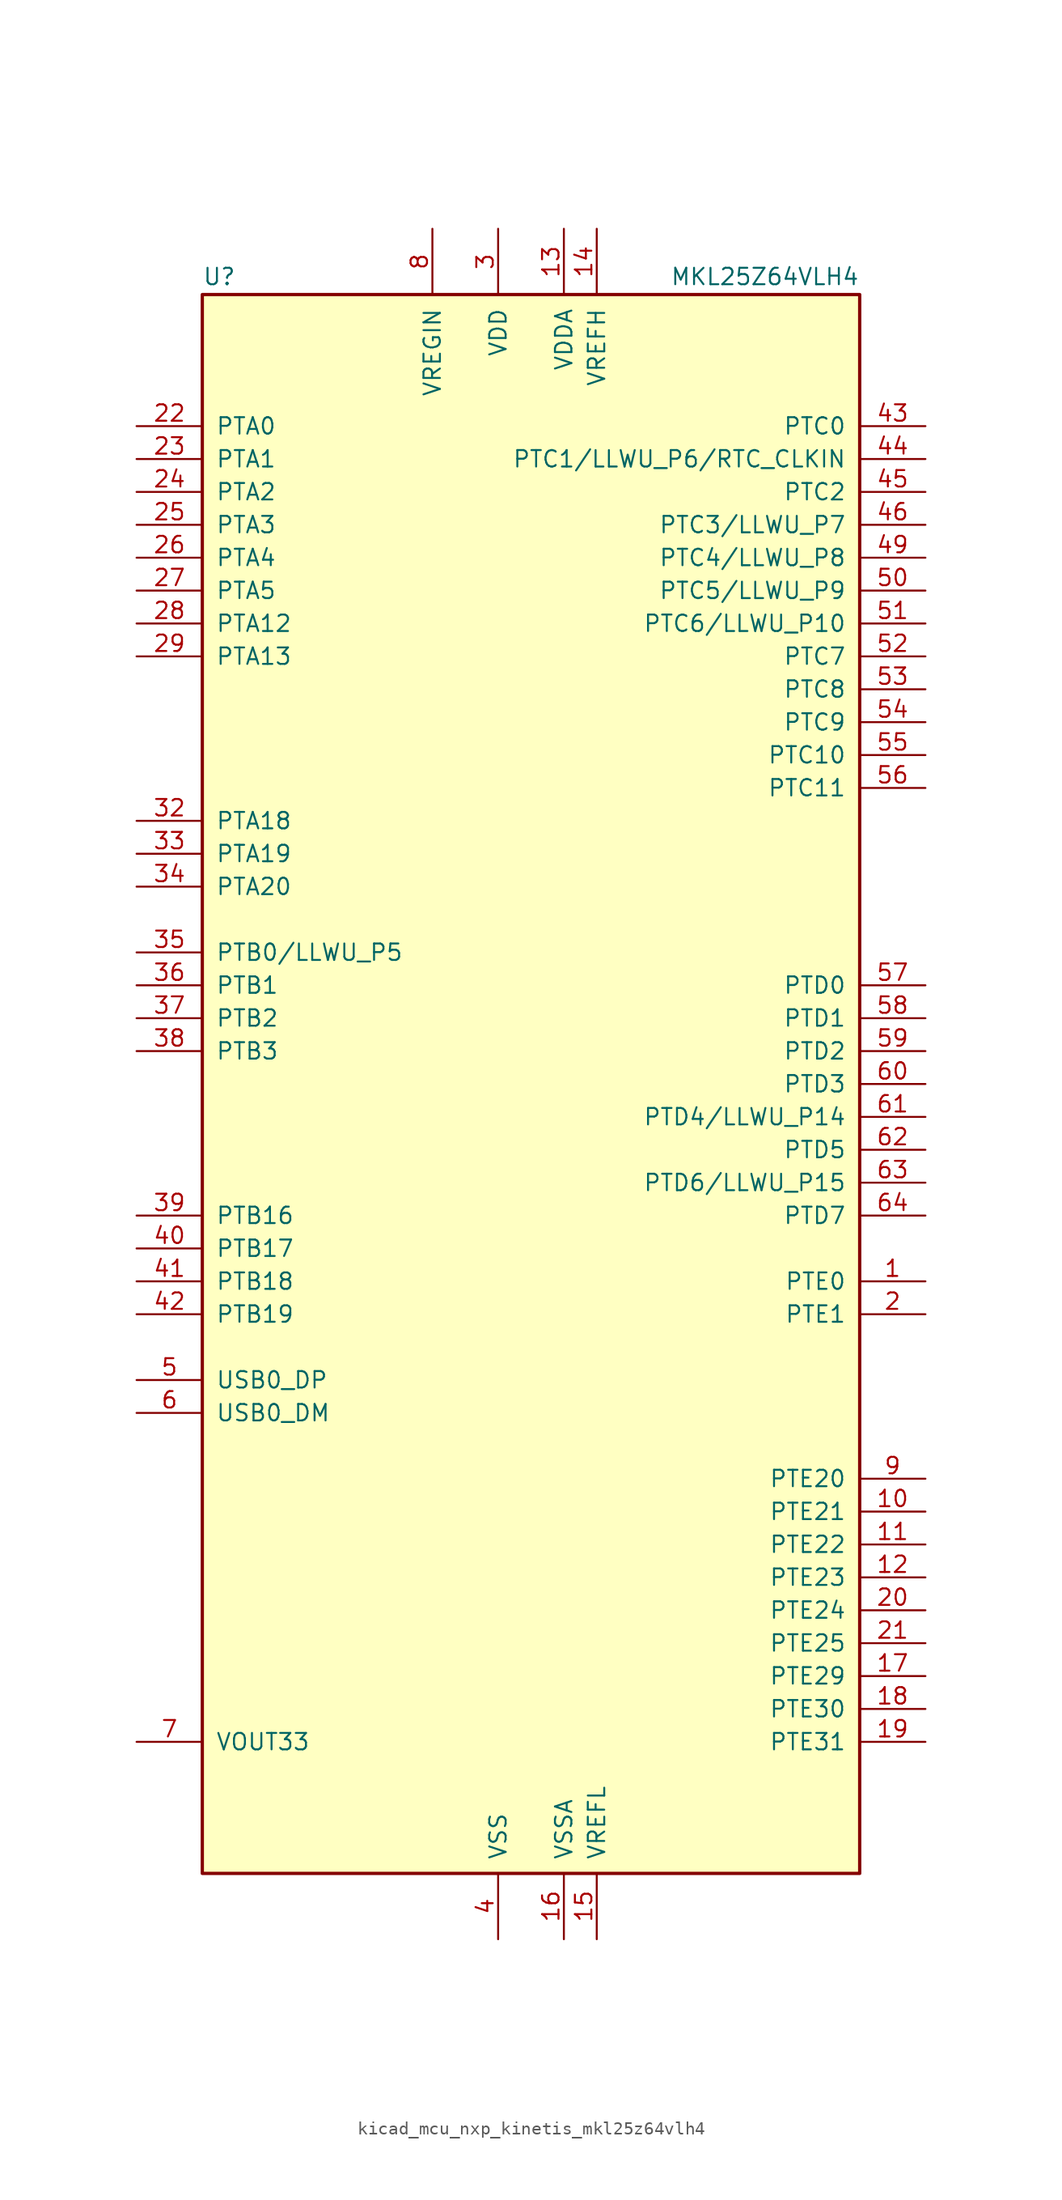
<source format=kicad_sym>
(kicad_symbol_lib
  (version 20220914)
  (generator kicad_symbol_editor)
  (symbol "kicad_mcu_nxp_kinetis_mkl25z64vlh4"
    (pin_names
      (offset 1.016))
    (property "Reference" "U"
      (at -25.4 61.595 0)
      (effects (font (size 1.27 1.27)) (justify left bottom)))
    (property "Value" "MKL25Z64VLH4"
      (at 25.4 61.595 0)
      (effects (font (size 1.27 1.27)) (justify right bottom)))
    (symbol "kicad_mcu_nxp_kinetis_mkl25z64vlh4_0_1"
      (rectangle (start -25.4 60.96) (end 25.4 -60.96) (stroke (width 0.254) (type default)) (fill (type background))))
    (symbol "kicad_mcu_nxp_kinetis_mkl25z64vlh4_1_1"
      (pin bidirectional line (at 30.48 -15.24 180) (length 5.08) (name "PTE0" (effects (font (size 1.27 1.27)))) (number "1" (effects (font (size 1.27 1.27)))))
      (pin bidirectional line (at 30.48 -33.02 180) (length 5.08) (name "PTE21" (effects (font (size 1.27 1.27)))) (number "10" (effects (font (size 1.27 1.27)))))
      (pin bidirectional line (at 30.48 -35.56 180) (length 5.08) (name "PTE22" (effects (font (size 1.27 1.27)))) (number "11" (effects (font (size 1.27 1.27)))))
      (pin bidirectional line (at 30.48 -38.1 180) (length 5.08) (name "PTE23" (effects (font (size 1.27 1.27)))) (number "12" (effects (font (size 1.27 1.27)))))
      (pin power_in line (at 2.54 66.04 270) (length 5.08) (name "VDDA" (effects (font (size 1.27 1.27)))) (number "13" (effects (font (size 1.27 1.27)))))
      (pin power_in line (at 5.08 66.04 270) (length 5.08) (name "VREFH" (effects (font (size 1.27 1.27)))) (number "14" (effects (font (size 1.27 1.27)))))
      (pin power_in line (at 5.08 -66.04 90) (length 5.08) (name "VREFL" (effects (font (size 1.27 1.27)))) (number "15" (effects (font (size 1.27 1.27)))))
      (pin power_in line (at 2.54 -66.04 90) (length 5.08) (name "VSSA" (effects (font (size 1.27 1.27)))) (number "16" (effects (font (size 1.27 1.27)))))
      (pin bidirectional line (at 30.48 -45.72 180) (length 5.08) (name "PTE29" (effects (font (size 1.27 1.27)))) (number "17" (effects (font (size 1.27 1.27)))))
      (pin bidirectional line (at 30.48 -48.26 180) (length 5.08) (name "PTE30" (effects (font (size 1.27 1.27)))) (number "18" (effects (font (size 1.27 1.27)))))
      (pin bidirectional line (at 30.48 -50.8 180) (length 5.08) (name "PTE31" (effects (font (size 1.27 1.27)))) (number "19" (effects (font (size 1.27 1.27)))))
      (pin bidirectional line (at 30.48 -17.78 180) (length 5.08) (name "PTE1" (effects (font (size 1.27 1.27)))) (number "2" (effects (font (size 1.27 1.27)))))
      (pin bidirectional line (at 30.48 -40.64 180) (length 5.08) (name "PTE24" (effects (font (size 1.27 1.27)))) (number "20" (effects (font (size 1.27 1.27)))))
      (pin bidirectional line (at 30.48 -43.18 180) (length 5.08) (name "PTE25" (effects (font (size 1.27 1.27)))) (number "21" (effects (font (size 1.27 1.27)))))
      (pin bidirectional line (at -30.48 50.8 0) (length 5.08) (name "PTA0" (effects (font (size 1.27 1.27)))) (number "22" (effects (font (size 1.27 1.27)))))
      (pin bidirectional line (at -30.48 48.26 0) (length 5.08) (name "PTA1" (effects (font (size 1.27 1.27)))) (number "23" (effects (font (size 1.27 1.27)))))
      (pin bidirectional line (at -30.48 45.72 0) (length 5.08) (name "PTA2" (effects (font (size 1.27 1.27)))) (number "24" (effects (font (size 1.27 1.27)))))
      (pin bidirectional line (at -30.48 43.18 0) (length 5.08) (name "PTA3" (effects (font (size 1.27 1.27)))) (number "25" (effects (font (size 1.27 1.27)))))
      (pin bidirectional line (at -30.48 40.64 0) (length 5.08) (name "PTA4" (effects (font (size 1.27 1.27)))) (number "26" (effects (font (size 1.27 1.27)))))
      (pin bidirectional line (at -30.48 38.1 0) (length 5.08) (name "PTA5" (effects (font (size 1.27 1.27)))) (number "27" (effects (font (size 1.27 1.27)))))
      (pin bidirectional line (at -30.48 35.56 0) (length 5.08) (name "PTA12" (effects (font (size 1.27 1.27)))) (number "28" (effects (font (size 1.27 1.27)))))
      (pin bidirectional line (at -30.48 33.02 0) (length 5.08) (name "PTA13" (effects (font (size 1.27 1.27)))) (number "29" (effects (font (size 1.27 1.27)))))
      (pin power_in line (at -2.54 66.04 270) (length 5.08) (name "VDD" (effects (font (size 1.27 1.27)))) (number "3" (effects (font (size 1.27 1.27)))))
      (pin passive line (at -2.54 66.04 270) (length 5.08) hide (name "VDD" (effects (font (size 1.27 1.27)))) (number "30" (effects (font (size 1.27 1.27)))))
      (pin passive line (at -2.54 -66.04 90) (length 5.08) hide (name "VSS" (effects (font (size 1.27 1.27)))) (number "31" (effects (font (size 1.27 1.27)))))
      (pin bidirectional line (at -30.48 20.32 0) (length 5.08) (name "PTA18" (effects (font (size 1.27 1.27)))) (number "32" (effects (font (size 1.27 1.27)))))
      (pin bidirectional line (at -30.48 17.78 0) (length 5.08) (name "PTA19" (effects (font (size 1.27 1.27)))) (number "33" (effects (font (size 1.27 1.27)))))
      (pin bidirectional line (at -30.48 15.24 0) (length 5.08) (name "PTA20" (effects (font (size 1.27 1.27)))) (number "34" (effects (font (size 1.27 1.27)))))
      (pin bidirectional line (at -30.48 10.16 0) (length 5.08) (name "PTB0/LLWU_P5" (effects (font (size 1.27 1.27)))) (number "35" (effects (font (size 1.27 1.27)))))
      (pin bidirectional line (at -30.48 7.62 0) (length 5.08) (name "PTB1" (effects (font (size 1.27 1.27)))) (number "36" (effects (font (size 1.27 1.27)))))
      (pin bidirectional line (at -30.48 5.08 0) (length 5.08) (name "PTB2" (effects (font (size 1.27 1.27)))) (number "37" (effects (font (size 1.27 1.27)))))
      (pin bidirectional line (at -30.48 2.54 0) (length 5.08) (name "PTB3" (effects (font (size 1.27 1.27)))) (number "38" (effects (font (size 1.27 1.27)))))
      (pin bidirectional line (at -30.48 -10.16 0) (length 5.08) (name "PTB16" (effects (font (size 1.27 1.27)))) (number "39" (effects (font (size 1.27 1.27)))))
      (pin power_in line (at -2.54 -66.04 90) (length 5.08) (name "VSS" (effects (font (size 1.27 1.27)))) (number "4" (effects (font (size 1.27 1.27)))))
      (pin bidirectional line (at -30.48 -12.7 0) (length 5.08) (name "PTB17" (effects (font (size 1.27 1.27)))) (number "40" (effects (font (size 1.27 1.27)))))
      (pin bidirectional line (at -30.48 -15.24 0) (length 5.08) (name "PTB18" (effects (font (size 1.27 1.27)))) (number "41" (effects (font (size 1.27 1.27)))))
      (pin bidirectional line (at -30.48 -17.78 0) (length 5.08) (name "PTB19" (effects (font (size 1.27 1.27)))) (number "42" (effects (font (size 1.27 1.27)))))
      (pin bidirectional line (at 30.48 50.8 180) (length 5.08) (name "PTC0" (effects (font (size 1.27 1.27)))) (number "43" (effects (font (size 1.27 1.27)))))
      (pin bidirectional line (at 30.48 48.26 180) (length 5.08) (name "PTC1/LLWU_P6/RTC_CLKIN" (effects (font (size 1.27 1.27)))) (number "44" (effects (font (size 1.27 1.27)))))
      (pin bidirectional line (at 30.48 45.72 180) (length 5.08) (name "PTC2" (effects (font (size 1.27 1.27)))) (number "45" (effects (font (size 1.27 1.27)))))
      (pin bidirectional line (at 30.48 43.18 180) (length 5.08) (name "PTC3/LLWU_P7" (effects (font (size 1.27 1.27)))) (number "46" (effects (font (size 1.27 1.27)))))
      (pin passive line (at -2.54 -66.04 90) (length 5.08) hide (name "VSS" (effects (font (size 1.27 1.27)))) (number "47" (effects (font (size 1.27 1.27)))))
      (pin passive line (at -2.54 66.04 270) (length 5.08) hide (name "VDD" (effects (font (size 1.27 1.27)))) (number "48" (effects (font (size 1.27 1.27)))))
      (pin bidirectional line (at 30.48 40.64 180) (length 5.08) (name "PTC4/LLWU_P8" (effects (font (size 1.27 1.27)))) (number "49" (effects (font (size 1.27 1.27)))))
      (pin bidirectional line (at -30.48 -22.86 0) (length 5.08) (name "USB0_DP" (effects (font (size 1.27 1.27)))) (number "5" (effects (font (size 1.27 1.27)))))
      (pin bidirectional line (at 30.48 38.1 180) (length 5.08) (name "PTC5/LLWU_P9" (effects (font (size 1.27 1.27)))) (number "50" (effects (font (size 1.27 1.27)))))
      (pin bidirectional line (at 30.48 35.56 180) (length 5.08) (name "PTC6/LLWU_P10" (effects (font (size 1.27 1.27)))) (number "51" (effects (font (size 1.27 1.27)))))
      (pin bidirectional line (at 30.48 33.02 180) (length 5.08) (name "PTC7" (effects (font (size 1.27 1.27)))) (number "52" (effects (font (size 1.27 1.27)))))
      (pin bidirectional line (at 30.48 30.48 180) (length 5.08) (name "PTC8" (effects (font (size 1.27 1.27)))) (number "53" (effects (font (size 1.27 1.27)))))
      (pin bidirectional line (at 30.48 27.94 180) (length 5.08) (name "PTC9" (effects (font (size 1.27 1.27)))) (number "54" (effects (font (size 1.27 1.27)))))
      (pin bidirectional line (at 30.48 25.4 180) (length 5.08) (name "PTC10" (effects (font (size 1.27 1.27)))) (number "55" (effects (font (size 1.27 1.27)))))
      (pin bidirectional line (at 30.48 22.86 180) (length 5.08) (name "PTC11" (effects (font (size 1.27 1.27)))) (number "56" (effects (font (size 1.27 1.27)))))
      (pin bidirectional line (at 30.48 7.62 180) (length 5.08) (name "PTD0" (effects (font (size 1.27 1.27)))) (number "57" (effects (font (size 1.27 1.27)))))
      (pin bidirectional line (at 30.48 5.08 180) (length 5.08) (name "PTD1" (effects (font (size 1.27 1.27)))) (number "58" (effects (font (size 1.27 1.27)))))
      (pin bidirectional line (at 30.48 2.54 180) (length 5.08) (name "PTD2" (effects (font (size 1.27 1.27)))) (number "59" (effects (font (size 1.27 1.27)))))
      (pin bidirectional line (at -30.48 -25.4 0) (length 5.08) (name "USB0_DM" (effects (font (size 1.27 1.27)))) (number "6" (effects (font (size 1.27 1.27)))))
      (pin bidirectional line (at 30.48 0 180) (length 5.08) (name "PTD3" (effects (font (size 1.27 1.27)))) (number "60" (effects (font (size 1.27 1.27)))))
      (pin bidirectional line (at 30.48 -2.54 180) (length 5.08) (name "PTD4/LLWU_P14" (effects (font (size 1.27 1.27)))) (number "61" (effects (font (size 1.27 1.27)))))
      (pin bidirectional line (at 30.48 -5.08 180) (length 5.08) (name "PTD5" (effects (font (size 1.27 1.27)))) (number "62" (effects (font (size 1.27 1.27)))))
      (pin bidirectional line (at 30.48 -7.62 180) (length 5.08) (name "PTD6/LLWU_P15" (effects (font (size 1.27 1.27)))) (number "63" (effects (font (size 1.27 1.27)))))
      (pin bidirectional line (at 30.48 -10.16 180) (length 5.08) (name "PTD7" (effects (font (size 1.27 1.27)))) (number "64" (effects (font (size 1.27 1.27)))))
      (pin power_out line (at -30.48 -50.8 0) (length 5.08) (name "VOUT33" (effects (font (size 1.27 1.27)))) (number "7" (effects (font (size 1.27 1.27)))))
      (pin power_in line (at -7.62 66.04 270) (length 5.08) (name "VREGIN" (effects (font (size 1.27 1.27)))) (number "8" (effects (font (size 1.27 1.27)))))
      (pin bidirectional line (at 30.48 -30.48 180) (length 5.08) (name "PTE20" (effects (font (size 1.27 1.27)))) (number "9" (effects (font (size 1.27 1.27))))))))
</source>
